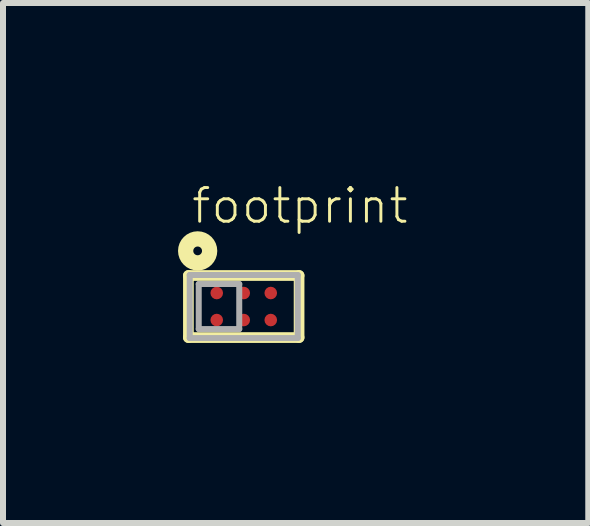
<source format=kicad_pcb>
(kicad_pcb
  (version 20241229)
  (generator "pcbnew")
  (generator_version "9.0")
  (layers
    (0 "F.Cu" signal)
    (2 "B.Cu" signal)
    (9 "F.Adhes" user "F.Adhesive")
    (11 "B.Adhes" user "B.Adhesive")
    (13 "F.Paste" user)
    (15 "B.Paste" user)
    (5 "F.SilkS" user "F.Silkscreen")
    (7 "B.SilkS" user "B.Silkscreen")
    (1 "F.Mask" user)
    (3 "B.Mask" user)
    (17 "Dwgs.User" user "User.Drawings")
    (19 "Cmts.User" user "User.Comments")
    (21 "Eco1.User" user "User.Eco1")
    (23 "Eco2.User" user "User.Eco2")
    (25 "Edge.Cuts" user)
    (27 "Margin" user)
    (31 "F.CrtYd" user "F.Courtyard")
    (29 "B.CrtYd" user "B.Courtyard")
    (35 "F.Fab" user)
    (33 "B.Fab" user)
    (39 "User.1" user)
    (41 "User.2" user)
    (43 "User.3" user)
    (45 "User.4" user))
  (footprint "footprint"
    (layer "F.Cu")
    (at 1.011 2.057)
    (property "Reference" "footprint" (at -0.9 -1.35 0) (layer "F.SilkS") (effects (font (size 0.561 0.561) (thickness 0.049)) (justify left bottom)))
    (fp_line (start -0.922 -0.517) (end -0.922 0.517) (stroke (width 0.178) (type solid)) (layer "F.SilkS"))
    (fp_line (start -0.922 0.517) (end 0.922 0.517) (stroke (width 0.178) (type solid)) (layer "F.SilkS"))
    (fp_line (start 0.922 -0.517) (end -0.922 -0.517) (stroke (width 0.178) (type solid)) (layer "F.SilkS"))
    (fp_line (start 0.922 0.517) (end 0.922 -0.517) (stroke (width 0.178) (type solid)) (layer "F.SilkS"))
    (fp_circle (center -0.768 -0.927) (end -0.695 -0.927) (stroke (width 0.254) (type solid)) (fill no) (layer "F.SilkS"))
    (fp_poly (pts (xy -0.3 -0.325) (xy -0.3 -0.125) (xy -0.35 -0.075) (xy -0.55 -0.075) (xy -0.6 -0.125) (xy -0.6 -0.325) (xy -0.55 -0.375) (xy -0.35 -0.375)) (stroke (width 0) (type solid)) (fill yes) (layer "F.Paste"))
    (fp_poly (pts (xy -0.3 0.125) (xy -0.3 0.325) (xy -0.35 0.375) (xy -0.55 0.375) (xy -0.6 0.325) (xy -0.6 0.125) (xy -0.55 0.075) (xy -0.35 0.075)) (stroke (width 0) (type solid)) (fill yes) (layer "F.Paste"))
    (fp_poly (pts (xy 0.15 -0.325) (xy 0.15 -0.125) (xy 0.1 -0.075) (xy -0.1 -0.075) (xy -0.15 -0.125) (xy -0.15 -0.325) (xy -0.1 -0.375) (xy 0.1 -0.375)) (stroke (width 0) (type solid)) (fill yes) (layer "F.Paste"))
    (fp_poly (pts (xy 0.15 0.125) (xy 0.15 0.325) (xy 0.1 0.375) (xy -0.1 0.375) (xy -0.15 0.325) (xy -0.15 0.125) (xy -0.1 0.075) (xy 0.1 0.075)) (stroke (width 0) (type solid)) (fill yes) (layer "F.Paste"))
    (fp_poly (pts (xy 0.6 -0.325) (xy 0.6 -0.125) (xy 0.55 -0.075) (xy 0.35 -0.075) (xy 0.3 -0.125) (xy 0.3 -0.325) (xy 0.35 -0.375) (xy 0.55 -0.375)) (stroke (width 0) (type solid)) (fill yes) (layer "F.Paste"))
    (fp_poly (pts (xy 0.6 0.125) (xy 0.6 0.325) (xy 0.55 0.375) (xy 0.35 0.375) (xy 0.3 0.325) (xy 0.3 0.125) (xy 0.35 0.075) (xy 0.55 0.075)) (stroke (width 0) (type solid)) (fill yes) (layer "F.Paste"))
    (fp_line (start -0.9 -0.525) (end 0.9 -0.525) (stroke (width 0.1) (type solid)) (layer "F.Fab"))
    (fp_line (start -0.9 0.525) (end -0.9 -0.525) (stroke (width 0.1) (type solid)) (layer "F.Fab"))
    (fp_line (start -0.75 -0.375) (end -0.75 0.375) (stroke (width 0.1) (type solid)) (layer "F.Fab"))
    (fp_line (start -0.75 0.375) (end -0.075 0.375) (stroke (width 0.1) (type solid)) (layer "F.Fab"))
    (fp_line (start -0.075 -0.375) (end -0.75 -0.375) (stroke (width 0.1) (type solid)) (layer "F.Fab"))
    (fp_line (start -0.075 0.375) (end -0.075 -0.375) (stroke (width 0.1) (type solid)) (layer "F.Fab"))
    (fp_line (start 0.9 -0.525) (end 0.9 0.525) (stroke (width 0.1) (type solid)) (layer "F.Fab"))
    (fp_line (start 0.9 0.525) (end -0.9 0.525) (stroke (width 0.1) (type solid)) (layer "F.Fab"))
    (pad "A1" smd roundrect (at -0.45 -0.225 180) (size 0.21 0.21) (layers "F.Cu" "F.Mask") (roundrect_rratio 0.5))
    (pad "A2" smd roundrect (at 0 -0.225) (size 0.21 0.21) (layers "F.Cu" "F.Mask") (roundrect_rratio 0.5))
    (pad "A3" smd roundrect (at 0.45 -0.225) (size 0.21 0.21) (layers "F.Cu" "F.Mask") (roundrect_rratio 0.5))
    (pad "B1" smd roundrect (at -0.45 0.225) (size 0.21 0.21) (layers "F.Cu" "F.Mask") (roundrect_rratio 0.5))
    (pad "B2" smd roundrect (at 0 0.225) (size 0.21 0.21) (layers "F.Cu" "F.Mask") (roundrect_rratio 0.5))
    (pad "B3" smd roundrect (at 0.45 0.225) (size 0.21 0.21) (layers "F.Cu" "F.Mask") (roundrect_rratio 0.5)))
  (gr_rect
    (start -3 -3)
    (end 6.751 5.664)
    (stroke (width 0.1) (type default))
    (fill no)
    (layer "Edge.Cuts")))
</source>
